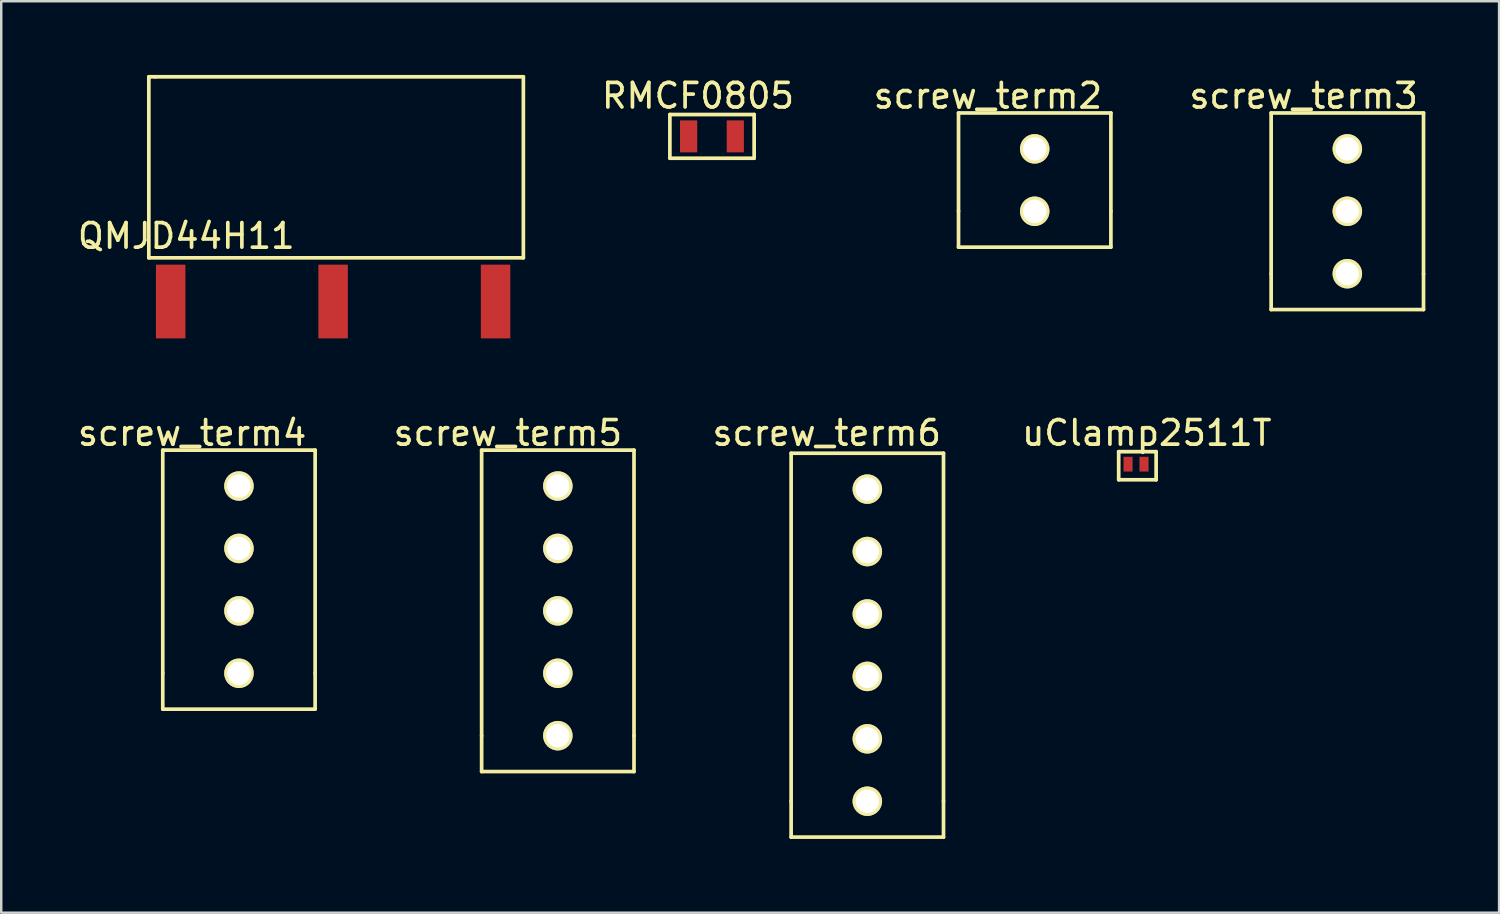
<source format=kicad_pcb>
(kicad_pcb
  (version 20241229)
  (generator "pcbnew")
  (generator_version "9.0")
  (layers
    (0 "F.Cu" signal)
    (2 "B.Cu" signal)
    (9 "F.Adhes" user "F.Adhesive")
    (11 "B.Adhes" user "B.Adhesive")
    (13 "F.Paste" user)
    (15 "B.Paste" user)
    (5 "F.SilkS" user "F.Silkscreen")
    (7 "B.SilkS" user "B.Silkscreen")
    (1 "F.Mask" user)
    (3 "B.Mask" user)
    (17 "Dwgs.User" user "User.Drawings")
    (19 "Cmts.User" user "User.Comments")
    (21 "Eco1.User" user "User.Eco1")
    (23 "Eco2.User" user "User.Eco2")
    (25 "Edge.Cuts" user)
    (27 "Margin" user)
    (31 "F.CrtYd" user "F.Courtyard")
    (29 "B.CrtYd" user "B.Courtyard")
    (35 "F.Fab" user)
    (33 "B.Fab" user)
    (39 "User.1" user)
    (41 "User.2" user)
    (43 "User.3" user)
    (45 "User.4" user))
  (footprint "screw_term4"
    (layer "F.Cu")
    (at 6.673 24.346)
    (property "Reference" "screw_term4" (at -1.905 -9.779 0) (layer "F.SilkS") (effects (font (size 1 1) (thickness 0.15))))
    (attr through_hole)
    (fp_line (start -3.1 -9.08) (end 3.1 -9.08) (stroke (width 0.15) (type solid)) (layer "F.SilkS"))
    (fp_line (start -3.1 0) (end -3.1 -9.08) (stroke (width 0.15) (type solid)) (layer "F.SilkS"))
    (fp_line (start -3.1 0) (end -3.1 1.46) (stroke (width 0.15) (type solid)) (layer "F.SilkS"))
    (fp_line (start -3.1 1.46) (end 3.1 1.46) (stroke (width 0.15) (type solid)) (layer "F.SilkS"))
    (fp_line (start 3.1 -9.08) (end 3.1 0) (stroke (width 0.15) (type solid)) (layer "F.SilkS"))
    (fp_line (start 3.1 1.46) (end 3.1 0) (stroke (width 0.15) (type solid)) (layer "F.SilkS"))
    (pad "1" thru_hole circle (at 0 0) (size 1.2 1.2) (drill 0.95) (layers "*.Cu" "*.Mask" "F.SilkS"))
    (pad "2" thru_hole circle (at 0 -2.54) (size 1.2 1.2) (drill 0.95) (layers "*.Cu" "*.Mask" "F.SilkS"))
    (pad "3" thru_hole circle (at 0 -5.08) (size 1.2 1.2) (drill 0.95) (layers "*.Cu" "*.Mask" "F.SilkS"))
    (pad "4" thru_hole circle (at 0 -7.62) (size 1.2 1.2) (drill 0.95) (layers "*.Cu" "*.Mask" "F.SilkS")))
  (footprint "RMCF0805"
    (layer "F.Cu")
    (at 24.97 2.499)
    (property "Reference" "RMCF0805" (at 0.381 -1.651 0) (layer "F.SilkS") (effects (font (size 1 1) (thickness 0.15))))
    (attr through_hole)
    (fp_line (start -0.762 -0.889) (end -0.762 0.889) (stroke (width 0.15) (type solid)) (layer "F.SilkS"))
    (fp_line (start -0.762 0.889) (end 2.667 0.889) (stroke (width 0.15) (type solid)) (layer "F.SilkS"))
    (fp_line (start 2.667 -0.889) (end -0.762 -0.889) (stroke (width 0.15) (type solid)) (layer "F.SilkS"))
    (fp_line (start 2.667 0.889) (end 2.667 -0.889) (stroke (width 0.15) (type solid)) (layer "F.SilkS"))
    (pad "1" smd rect (at 0 0) (size 0.7 1.3) (layers "F.Cu" "F.Mask" "F.Paste"))
    (pad "2" smd rect (at 1.9 0) (size 0.7 1.3) (layers "F.Cu" "F.Mask" "F.Paste")))
  (footprint "screw_term3"
    (layer "F.Cu")
    (at 51.774 8.087)
    (property "Reference" "screw_term3" (at -1.778 -7.239 0) (layer "F.SilkS") (effects (font (size 1 1) (thickness 0.15))))
    (attr through_hole)
    (fp_line (start -3.1 -6.54) (end 3.1 -6.54) (stroke (width 0.15) (type solid)) (layer "F.SilkS"))
    (fp_line (start -3.1 0) (end -3.1 -6.54) (stroke (width 0.15) (type solid)) (layer "F.SilkS"))
    (fp_line (start -3.1 0) (end -3.1 1.46) (stroke (width 0.15) (type solid)) (layer "F.SilkS"))
    (fp_line (start -3.1 1.46) (end 3.1 1.46) (stroke (width 0.15) (type solid)) (layer "F.SilkS"))
    (fp_line (start 3.1 -6.54) (end 3.1 0) (stroke (width 0.15) (type solid)) (layer "F.SilkS"))
    (fp_line (start 3.1 1.46) (end 3.1 0) (stroke (width 0.15) (type solid)) (layer "F.SilkS"))
    (pad "1" thru_hole circle (at 0 0) (size 1.2 1.2) (drill 0.95) (layers "*.Cu" "*.Mask" "F.SilkS"))
    (pad "2" thru_hole circle (at 0 -2.54) (size 1.2 1.2) (drill 0.95) (layers "*.Cu" "*.Mask" "F.SilkS"))
    (pad "3" thru_hole circle (at 0 -5.08) (size 1.2 1.2) (drill 0.95) (layers "*.Cu" "*.Mask" "F.SilkS")))
  (footprint "screw_term5"
    (layer "F.Cu")
    (at 19.648 26.886)
    (property "Reference" "screw_term5" (at -2.032 -12.319 0) (layer "F.SilkS") (effects (font (size 1 1) (thickness 0.15))))
    (attr through_hole)
    (fp_line (start -3.1 -11.62) (end 3.1 -11.62) (stroke (width 0.15) (type solid)) (layer "F.SilkS"))
    (fp_line (start -3.1 0) (end -3.1 -11.62) (stroke (width 0.15) (type solid)) (layer "F.SilkS"))
    (fp_line (start -3.1 0) (end -3.1 1.46) (stroke (width 0.15) (type solid)) (layer "F.SilkS"))
    (fp_line (start -3.1 1.46) (end 3.1 1.46) (stroke (width 0.15) (type solid)) (layer "F.SilkS"))
    (fp_line (start 3.1 -11.62) (end 3.1 0) (stroke (width 0.15) (type solid)) (layer "F.SilkS"))
    (fp_line (start 3.1 1.46) (end 3.1 0) (stroke (width 0.15) (type solid)) (layer "F.SilkS"))
    (pad "1" thru_hole circle (at 0 0) (size 1.2 1.2) (drill 0.95) (layers "*.Cu" "*.Mask" "F.SilkS"))
    (pad "2" thru_hole circle (at 0 -2.54) (size 1.2 1.2) (drill 0.95) (layers "*.Cu" "*.Mask" "F.SilkS"))
    (pad "3" thru_hole circle (at 0 -5.08) (size 1.2 1.2) (drill 0.95) (layers "*.Cu" "*.Mask" "F.SilkS"))
    (pad "4" thru_hole circle (at 0 -7.62) (size 1.2 1.2) (drill 0.95) (layers "*.Cu" "*.Mask" "F.SilkS"))
    (pad "5" thru_hole circle (at 0 -10.16) (size 1.2 1.2) (drill 0.95) (layers "*.Cu" "*.Mask" "F.SilkS")))
  (footprint "QMJD44H11"
    (layer "F.Cu")
    (at 3.895 9.219)
    (property "Reference" "QMJD44H11" (at 0.635 -2.667 0) (layer "F.SilkS") (effects (font (size 1 1) (thickness 0.15))))
    (attr through_hole)
    (fp_line (start -0.889 -1.778) (end -0.889 -9.144) (stroke (width 0.15) (type solid)) (layer "F.SilkS"))
    (fp_line (start -0.889 -1.778) (end 14.351 -1.778) (stroke (width 0.15) (type solid)) (layer "F.SilkS"))
    (fp_line (start -0.635 -9.144) (end -0.889 -9.144) (stroke (width 0.15) (type solid)) (layer "F.SilkS"))
    (fp_line (start 14.351 -9.144) (end -0.635 -9.144) (stroke (width 0.15) (type solid)) (layer "F.SilkS"))
    (fp_line (start 14.351 -1.778) (end 14.351 -9.144) (stroke (width 0.15) (type solid)) (layer "F.SilkS"))
    (pad "1" smd rect (at 0 0) (size 1.2 3) (layers "F.Cu" "F.Mask" "F.Paste"))
    (pad "2" smd rect (at 6.61 0) (size 1.2 3) (layers "F.Cu" "F.Mask" "F.Paste"))
    (pad "3" smd rect (at 13.22 0) (size 1.2 3) (layers "F.Cu" "F.Mask" "F.Paste")))
  (footprint "uClamp2511T"
    (layer "F.Cu")
    (at 42.851 15.837)
    (property "Reference" "uClamp2511T" (at 0.762 -1.27 0) (layer "F.SilkS") (effects (font (size 1 1) (thickness 0.15))))
    (attr through_hole)
    (fp_line (start -0.381 -0.508) (end -0.381 0.635) (stroke (width 0.15) (type solid)) (layer "F.SilkS"))
    (fp_line (start -0.381 0.635) (end 1.143 0.635) (stroke (width 0.15) (type solid)) (layer "F.SilkS"))
    (fp_line (start 1.143 -0.508) (end -0.381 -0.508) (stroke (width 0.15) (type solid)) (layer "F.SilkS"))
    (fp_line (start 1.143 0.635) (end 1.143 -0.508) (stroke (width 0.15) (type solid)) (layer "F.SilkS"))
    (pad "1" smd rect (at 0 0) (size 0.37 0.6) (layers "F.Cu" "F.Mask" "F.Paste"))
    (pad "2" smd rect (at 0.65 0) (size 0.37 0.6) (layers "F.Cu" "F.Mask" "F.Paste")))
  (footprint "screw_term2"
    (layer "F.Cu")
    (at 39.053 5.547)
    (property "Reference" "screw_term2" (at -1.905 -4.699 0) (layer "F.SilkS") (effects (font (size 1 1) (thickness 0.15))))
    (attr through_hole)
    (fp_line (start -3.1 -4) (end 3.1 -4) (stroke (width 0.15) (type solid)) (layer "F.SilkS"))
    (fp_line (start -3.1 0) (end -3.1 -4) (stroke (width 0.15) (type solid)) (layer "F.SilkS"))
    (fp_line (start -3.1 0) (end -3.1 1.46) (stroke (width 0.15) (type solid)) (layer "F.SilkS"))
    (fp_line (start -3.1 1.46) (end 3.1 1.46) (stroke (width 0.15) (type solid)) (layer "F.SilkS"))
    (fp_line (start 3.1 -4) (end 3.1 0) (stroke (width 0.15) (type solid)) (layer "F.SilkS"))
    (fp_line (start 3.1 1.46) (end 3.1 0) (stroke (width 0.15) (type solid)) (layer "F.SilkS"))
    (pad "1" thru_hole circle (at 0 0) (size 1.2 1.2) (drill 0.95) (layers "*.Cu" "*.Mask" "F.SilkS"))
    (pad "2" thru_hole circle (at 0 -2.54) (size 1.2 1.2) (drill 0.95) (layers "*.Cu" "*.Mask" "F.SilkS")))
  (footprint "screw_term6"
    (layer "F.Cu")
    (at 32.242 29.553)
    (property "Reference" "screw_term6" (at -1.651 -14.986 0) (layer "F.SilkS") (effects (font (size 1 1) (thickness 0.15))))
    (attr through_hole)
    (fp_line (start -3.1 -14.16) (end 3.1 -14.16) (stroke (width 0.15) (type solid)) (layer "F.SilkS"))
    (fp_line (start -3.1 0) (end -3.1 -14.16) (stroke (width 0.15) (type solid)) (layer "F.SilkS"))
    (fp_line (start -3.1 0) (end -3.1 1.46) (stroke (width 0.15) (type solid)) (layer "F.SilkS"))
    (fp_line (start -3.1 1.46) (end 3.1 1.46) (stroke (width 0.15) (type solid)) (layer "F.SilkS"))
    (fp_line (start 3.1 -14.16) (end 3.1 0) (stroke (width 0.15) (type solid)) (layer "F.SilkS"))
    (fp_line (start 3.1 1.46) (end 3.1 0) (stroke (width 0.15) (type solid)) (layer "F.SilkS"))
    (pad "1" thru_hole circle (at 0 0) (size 1.2 1.2) (drill 0.95) (layers "*.Cu" "*.Mask" "F.SilkS"))
    (pad "2" thru_hole circle (at 0 -2.54) (size 1.2 1.2) (drill 0.95) (layers "*.Cu" "*.Mask" "F.SilkS"))
    (pad "3" thru_hole circle (at 0 -5.08) (size 1.2 1.2) (drill 0.95) (layers "*.Cu" "*.Mask" "F.SilkS"))
    (pad "4" thru_hole circle (at 0 -7.62) (size 1.2 1.2) (drill 0.95) (layers "*.Cu" "*.Mask" "F.SilkS"))
    (pad "5" thru_hole circle (at 0 -10.16) (size 1.2 1.2) (drill 0.95) (layers "*.Cu" "*.Mask" "F.SilkS"))
    (pad "6" thru_hole circle (at 0 -12.7) (size 1.2 1.2) (drill 0.95) (layers "*.Cu" "*.Mask" "F.SilkS")))
  (gr_rect
    (start -3 -3)
    (end 57.949 34.088)
    (stroke (width 0.1) (type default))
    (fill no)
    (layer "Edge.Cuts")))
</source>
